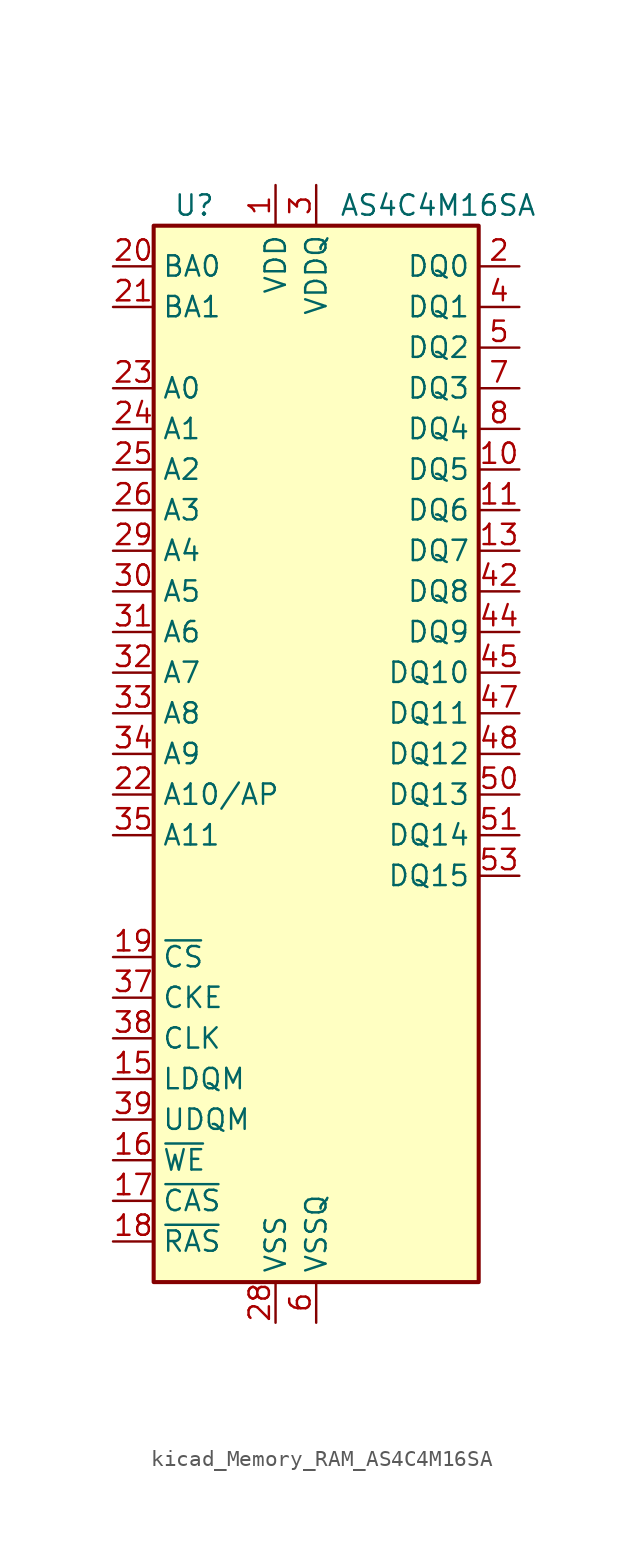
<source format=kicad_sym>
(kicad_symbol_lib
  (version 20220914)
  (generator kicad_symbol_editor)
  (symbol "kicad_Memory_RAM_AS4C4M16SA"
    (property "Reference" "U"
      (at -7.62 34.29 0)
      (effects (font (size 1.27 1.27))))
    (property "Value" "AS4C4M16SA"
      (at 7.62 34.29 0)
      (effects (font (size 1.27 1.27))))
    (symbol "kicad_Memory_RAM_AS4C4M16SA_0_1"
      (rectangle (start -10.16 33.02) (end 10.16 -33.02) (stroke (width 0.254) (type default)) (fill (type background))))
    (symbol "kicad_Memory_RAM_AS4C4M16SA_1_1"
      (pin power_in line (at -2.54 35.56 270) (length 2.54) (name "VDD" (effects (font (size 1.27 1.27)))) (number "1" (effects (font (size 1.27 1.27)))))
      (pin bidirectional line (at 12.7 17.78 180) (length 2.54) (name "DQ5" (effects (font (size 1.27 1.27)))) (number "10" (effects (font (size 1.27 1.27)))))
      (pin bidirectional line (at 12.7 15.24 180) (length 2.54) (name "DQ6" (effects (font (size 1.27 1.27)))) (number "11" (effects (font (size 1.27 1.27)))))
      (pin passive line (at 0 -35.56 90) (length 2.54) hide (name "VSSQ" (effects (font (size 1.27 1.27)))) (number "12" (effects (font (size 1.27 1.27)))))
      (pin bidirectional line (at 12.7 12.7 180) (length 2.54) (name "DQ7" (effects (font (size 1.27 1.27)))) (number "13" (effects (font (size 1.27 1.27)))))
      (pin passive line (at -2.54 35.56 270) (length 2.54) hide (name "VDD" (effects (font (size 1.27 1.27)))) (number "14" (effects (font (size 1.27 1.27)))))
      (pin input line (at -12.7 -20.32 0) (length 2.54) (name "LDQM" (effects (font (size 1.27 1.27)))) (number "15" (effects (font (size 1.27 1.27)))))
      (pin input line (at -12.7 -25.4 0) (length 2.54) (name "~{WE}" (effects (font (size 1.27 1.27)))) (number "16" (effects (font (size 1.27 1.27)))))
      (pin input line (at -12.7 -27.94 0) (length 2.54) (name "~{CAS}" (effects (font (size 1.27 1.27)))) (number "17" (effects (font (size 1.27 1.27)))))
      (pin input line (at -12.7 -30.48 0) (length 2.54) (name "~{RAS}" (effects (font (size 1.27 1.27)))) (number "18" (effects (font (size 1.27 1.27)))))
      (pin input line (at -12.7 -12.7 0) (length 2.54) (name "~{CS}" (effects (font (size 1.27 1.27)))) (number "19" (effects (font (size 1.27 1.27)))))
      (pin bidirectional line (at 12.7 30.48 180) (length 2.54) (name "DQ0" (effects (font (size 1.27 1.27)))) (number "2" (effects (font (size 1.27 1.27)))))
      (pin input line (at -12.7 30.48 0) (length 2.54) (name "BA0" (effects (font (size 1.27 1.27)))) (number "20" (effects (font (size 1.27 1.27)))))
      (pin input line (at -12.7 27.94 0) (length 2.54) (name "BA1" (effects (font (size 1.27 1.27)))) (number "21" (effects (font (size 1.27 1.27)))))
      (pin input line (at -12.7 -2.54 0) (length 2.54) (name "A10/AP" (effects (font (size 1.27 1.27)))) (number "22" (effects (font (size 1.27 1.27)))))
      (pin input line (at -12.7 22.86 0) (length 2.54) (name "A0" (effects (font (size 1.27 1.27)))) (number "23" (effects (font (size 1.27 1.27)))))
      (pin input line (at -12.7 20.32 0) (length 2.54) (name "A1" (effects (font (size 1.27 1.27)))) (number "24" (effects (font (size 1.27 1.27)))))
      (pin input line (at -12.7 17.78 0) (length 2.54) (name "A2" (effects (font (size 1.27 1.27)))) (number "25" (effects (font (size 1.27 1.27)))))
      (pin input line (at -12.7 15.24 0) (length 2.54) (name "A3" (effects (font (size 1.27 1.27)))) (number "26" (effects (font (size 1.27 1.27)))))
      (pin passive line (at -2.54 35.56 270) (length 2.54) hide (name "VDD" (effects (font (size 1.27 1.27)))) (number "27" (effects (font (size 1.27 1.27)))))
      (pin power_in line (at -2.54 -35.56 90) (length 2.54) (name "VSS" (effects (font (size 1.27 1.27)))) (number "28" (effects (font (size 1.27 1.27)))))
      (pin input line (at -12.7 12.7 0) (length 2.54) (name "A4" (effects (font (size 1.27 1.27)))) (number "29" (effects (font (size 1.27 1.27)))))
      (pin power_in line (at 0 35.56 270) (length 2.54) (name "VDDQ" (effects (font (size 1.27 1.27)))) (number "3" (effects (font (size 1.27 1.27)))))
      (pin input line (at -12.7 10.16 0) (length 2.54) (name "A5" (effects (font (size 1.27 1.27)))) (number "30" (effects (font (size 1.27 1.27)))))
      (pin input line (at -12.7 7.62 0) (length 2.54) (name "A6" (effects (font (size 1.27 1.27)))) (number "31" (effects (font (size 1.27 1.27)))))
      (pin input line (at -12.7 5.08 0) (length 2.54) (name "A7" (effects (font (size 1.27 1.27)))) (number "32" (effects (font (size 1.27 1.27)))))
      (pin input line (at -12.7 2.54 0) (length 2.54) (name "A8" (effects (font (size 1.27 1.27)))) (number "33" (effects (font (size 1.27 1.27)))))
      (pin input line (at -12.7 0 0) (length 2.54) (name "A9" (effects (font (size 1.27 1.27)))) (number "34" (effects (font (size 1.27 1.27)))))
      (pin input line (at -12.7 -5.08 0) (length 2.54) (name "A11" (effects (font (size 1.27 1.27)))) (number "35" (effects (font (size 1.27 1.27)))))
      (pin no_connect line (at 10.16 -17.78 180) (length 2.54) hide (name "NC" (effects (font (size 1.27 1.27)))) (number "36" (effects (font (size 1.27 1.27)))))
      (pin input line (at -12.7 -15.24 0) (length 2.54) (name "CKE" (effects (font (size 1.27 1.27)))) (number "37" (effects (font (size 1.27 1.27)))))
      (pin input line (at -12.7 -17.78 0) (length 2.54) (name "CLK" (effects (font (size 1.27 1.27)))) (number "38" (effects (font (size 1.27 1.27)))))
      (pin input line (at -12.7 -22.86 0) (length 2.54) (name "UDQM" (effects (font (size 1.27 1.27)))) (number "39" (effects (font (size 1.27 1.27)))))
      (pin bidirectional line (at 12.7 27.94 180) (length 2.54) (name "DQ1" (effects (font (size 1.27 1.27)))) (number "4" (effects (font (size 1.27 1.27)))))
      (pin no_connect line (at 10.16 -20.32 180) (length 2.54) hide (name "NC/RFU" (effects (font (size 1.27 1.27)))) (number "40" (effects (font (size 1.27 1.27)))))
      (pin passive line (at -2.54 -35.56 90) (length 2.54) hide (name "VSS" (effects (font (size 1.27 1.27)))) (number "41" (effects (font (size 1.27 1.27)))))
      (pin bidirectional line (at 12.7 10.16 180) (length 2.54) (name "DQ8" (effects (font (size 1.27 1.27)))) (number "42" (effects (font (size 1.27 1.27)))))
      (pin passive line (at 0 35.56 270) (length 2.54) hide (name "VDDQ" (effects (font (size 1.27 1.27)))) (number "43" (effects (font (size 1.27 1.27)))))
      (pin bidirectional line (at 12.7 7.62 180) (length 2.54) (name "DQ9" (effects (font (size 1.27 1.27)))) (number "44" (effects (font (size 1.27 1.27)))))
      (pin bidirectional line (at 12.7 5.08 180) (length 2.54) (name "DQ10" (effects (font (size 1.27 1.27)))) (number "45" (effects (font (size 1.27 1.27)))))
      (pin passive line (at 0 -35.56 90) (length 2.54) hide (name "VSSQ" (effects (font (size 1.27 1.27)))) (number "46" (effects (font (size 1.27 1.27)))))
      (pin bidirectional line (at 12.7 2.54 180) (length 2.54) (name "DQ11" (effects (font (size 1.27 1.27)))) (number "47" (effects (font (size 1.27 1.27)))))
      (pin bidirectional line (at 12.7 0 180) (length 2.54) (name "DQ12" (effects (font (size 1.27 1.27)))) (number "48" (effects (font (size 1.27 1.27)))))
      (pin passive line (at 0 35.56 270) (length 2.54) hide (name "VDDQ" (effects (font (size 1.27 1.27)))) (number "49" (effects (font (size 1.27 1.27)))))
      (pin bidirectional line (at 12.7 25.4 180) (length 2.54) (name "DQ2" (effects (font (size 1.27 1.27)))) (number "5" (effects (font (size 1.27 1.27)))))
      (pin bidirectional line (at 12.7 -2.54 180) (length 2.54) (name "DQ13" (effects (font (size 1.27 1.27)))) (number "50" (effects (font (size 1.27 1.27)))))
      (pin bidirectional line (at 12.7 -5.08 180) (length 2.54) (name "DQ14" (effects (font (size 1.27 1.27)))) (number "51" (effects (font (size 1.27 1.27)))))
      (pin passive line (at 0 -35.56 90) (length 2.54) hide (name "VSSQ" (effects (font (size 1.27 1.27)))) (number "52" (effects (font (size 1.27 1.27)))))
      (pin bidirectional line (at 12.7 -7.62 180) (length 2.54) (name "DQ15" (effects (font (size 1.27 1.27)))) (number "53" (effects (font (size 1.27 1.27)))))
      (pin passive line (at -2.54 -35.56 90) (length 2.54) hide (name "VSS" (effects (font (size 1.27 1.27)))) (number "54" (effects (font (size 1.27 1.27)))))
      (pin power_in line (at 0 -35.56 90) (length 2.54) (name "VSSQ" (effects (font (size 1.27 1.27)))) (number "6" (effects (font (size 1.27 1.27)))))
      (pin bidirectional line (at 12.7 22.86 180) (length 2.54) (name "DQ3" (effects (font (size 1.27 1.27)))) (number "7" (effects (font (size 1.27 1.27)))))
      (pin bidirectional line (at 12.7 20.32 180) (length 2.54) (name "DQ4" (effects (font (size 1.27 1.27)))) (number "8" (effects (font (size 1.27 1.27)))))
      (pin passive line (at 0 35.56 270) (length 2.54) hide (name "VDDQ" (effects (font (size 1.27 1.27)))) (number "9" (effects (font (size 1.27 1.27))))))))
</source>
